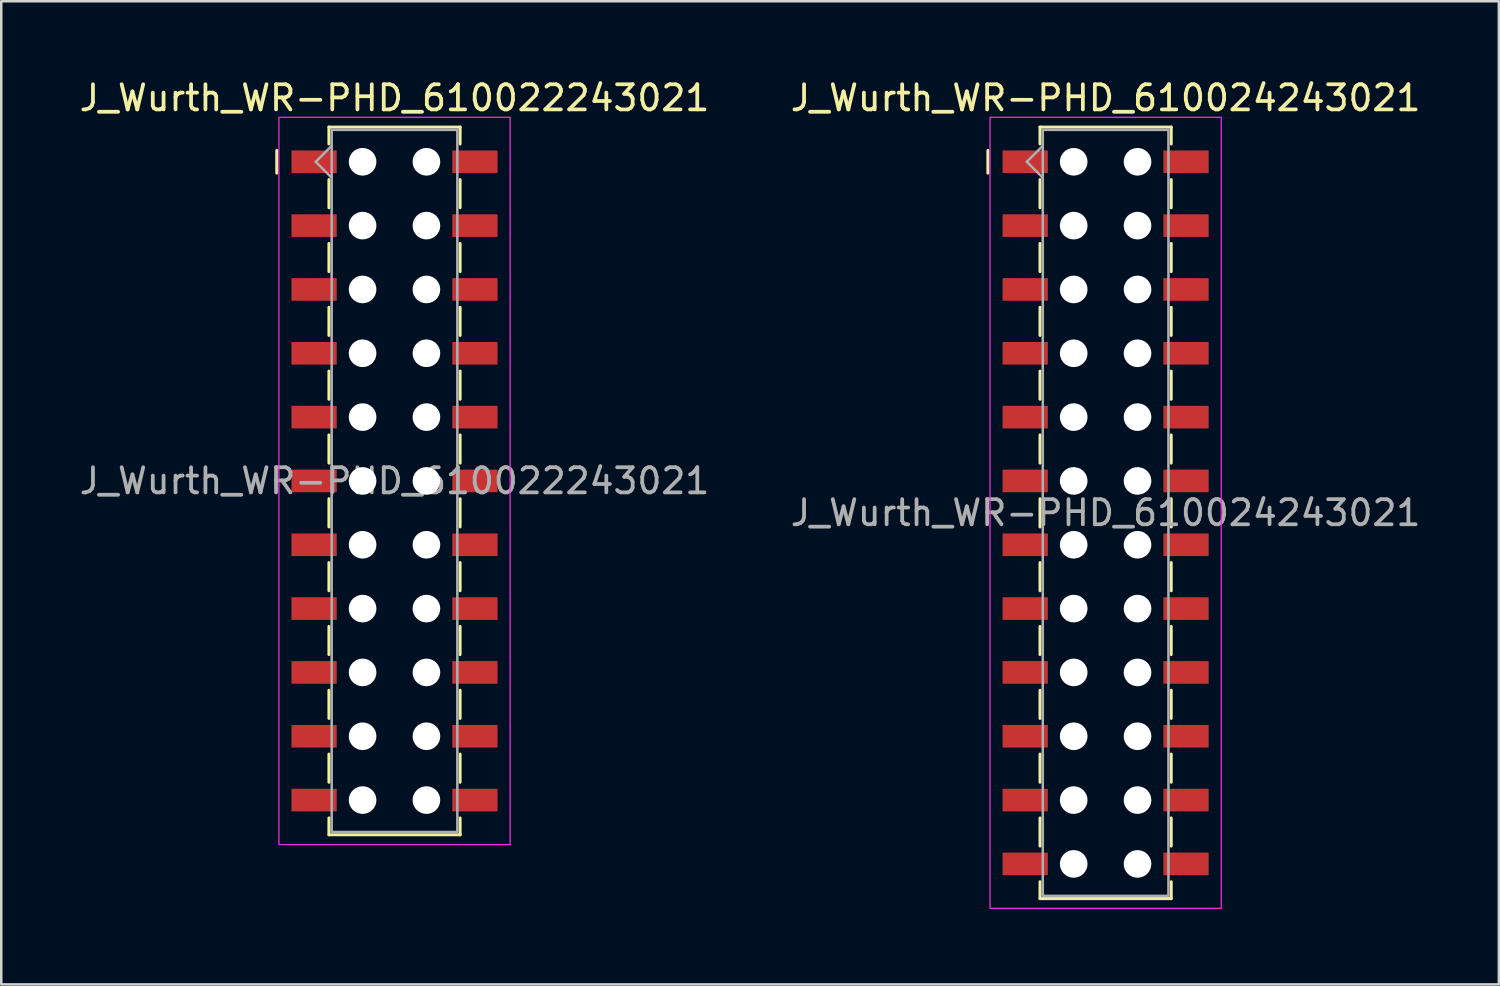
<source format=kicad_pcb>
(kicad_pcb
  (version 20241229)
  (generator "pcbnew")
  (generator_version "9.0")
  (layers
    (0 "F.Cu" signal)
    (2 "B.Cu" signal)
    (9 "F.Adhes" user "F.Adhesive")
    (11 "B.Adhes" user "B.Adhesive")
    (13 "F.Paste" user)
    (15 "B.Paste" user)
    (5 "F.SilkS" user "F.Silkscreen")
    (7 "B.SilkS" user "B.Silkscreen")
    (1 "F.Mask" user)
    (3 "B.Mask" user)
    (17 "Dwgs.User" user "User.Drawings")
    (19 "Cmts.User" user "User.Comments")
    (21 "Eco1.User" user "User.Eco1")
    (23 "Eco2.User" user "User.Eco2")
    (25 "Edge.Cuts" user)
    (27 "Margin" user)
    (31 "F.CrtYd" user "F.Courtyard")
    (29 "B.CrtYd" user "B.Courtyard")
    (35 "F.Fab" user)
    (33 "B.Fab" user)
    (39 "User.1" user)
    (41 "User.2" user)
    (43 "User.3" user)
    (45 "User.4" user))
  (footprint "J_Wurth_WR-PHD_610022243021"
    (layer "F.Cu")
    (at 12.649 16.088)
    (property "Reference" "J_Wurth_WR-PHD_610022243021" (at 0 -15.24 0) (unlocked yes) (layer "F.SilkS") (effects (font (size 1 1) (thickness 0.15))))
    (attr smd)
    (fp_line (start -4.685 -13.15) (end -4.685 -12.25) (stroke (width 0.12) (type solid)) (layer "F.SilkS"))
    (fp_line (start -2.61 -14.08) (end -2.61 -13.41) (stroke (width 0.12) (type solid)) (layer "F.SilkS"))
    (fp_line (start -2.61 -11.99) (end -2.61 -10.87) (stroke (width 0.12) (type solid)) (layer "F.SilkS"))
    (fp_line (start -2.61 -9.45) (end -2.61 -8.33) (stroke (width 0.12) (type solid)) (layer "F.SilkS"))
    (fp_line (start -2.61 -6.91) (end -2.61 -5.79) (stroke (width 0.12) (type solid)) (layer "F.SilkS"))
    (fp_line (start -2.61 -4.37) (end -2.61 -3.25) (stroke (width 0.12) (type solid)) (layer "F.SilkS"))
    (fp_line (start -2.61 -1.83) (end -2.61 -0.71) (stroke (width 0.12) (type solid)) (layer "F.SilkS"))
    (fp_line (start -2.61 0.71) (end -2.61 1.83) (stroke (width 0.12) (type solid)) (layer "F.SilkS"))
    (fp_line (start -2.61 3.25) (end -2.61 4.37) (stroke (width 0.12) (type solid)) (layer "F.SilkS"))
    (fp_line (start -2.61 5.79) (end -2.61 6.91) (stroke (width 0.12) (type solid)) (layer "F.SilkS"))
    (fp_line (start -2.61 8.33) (end -2.61 9.45) (stroke (width 0.12) (type solid)) (layer "F.SilkS"))
    (fp_line (start -2.61 10.87) (end -2.61 11.99) (stroke (width 0.12) (type solid)) (layer "F.SilkS"))
    (fp_line (start -2.61 13.41) (end -2.61 14.08) (stroke (width 0.12) (type solid)) (layer "F.SilkS"))
    (fp_line (start 2.61 -14.08) (end -2.61 -14.08) (stroke (width 0.12) (type solid)) (layer "F.SilkS"))
    (fp_line (start 2.61 -14.08) (end 2.61 -13.41) (stroke (width 0.12) (type solid)) (layer "F.SilkS"))
    (fp_line (start 2.61 -11.99) (end 2.61 -10.87) (stroke (width 0.12) (type solid)) (layer "F.SilkS"))
    (fp_line (start 2.61 -9.45) (end 2.61 -8.33) (stroke (width 0.12) (type solid)) (layer "F.SilkS"))
    (fp_line (start 2.61 -6.91) (end 2.61 -5.79) (stroke (width 0.12) (type solid)) (layer "F.SilkS"))
    (fp_line (start 2.61 -4.37) (end 2.61 -3.25) (stroke (width 0.12) (type solid)) (layer "F.SilkS"))
    (fp_line (start 2.61 -1.83) (end 2.61 -0.71) (stroke (width 0.12) (type solid)) (layer "F.SilkS"))
    (fp_line (start 2.61 0.71) (end 2.61 1.83) (stroke (width 0.12) (type solid)) (layer "F.SilkS"))
    (fp_line (start 2.61 3.25) (end 2.61 4.37) (stroke (width 0.12) (type solid)) (layer "F.SilkS"))
    (fp_line (start 2.61 5.79) (end 2.61 6.91) (stroke (width 0.12) (type solid)) (layer "F.SilkS"))
    (fp_line (start 2.61 8.33) (end 2.61 9.45) (stroke (width 0.12) (type solid)) (layer "F.SilkS"))
    (fp_line (start 2.61 10.87) (end 2.61 11.99) (stroke (width 0.12) (type solid)) (layer "F.SilkS"))
    (fp_line (start 2.61 13.41) (end 2.61 14.08) (stroke (width 0.12) (type solid)) (layer "F.SilkS"))
    (fp_line (start 2.61 14.08) (end -2.61 14.08) (stroke (width 0.12) (type solid)) (layer "F.SilkS"))
    (fp_rect (start -4.6 -14.47) (end 4.6 14.47) (stroke (width 0.05) (type solid)) (fill no) (layer "F.CrtYd"))
    (fp_line (start -3.135 -12.7) (end -2.5 -13.335) (stroke (width 0.1) (type default)) (layer "F.Fab"))
    (fp_line (start -2.5 -12.065) (end -3.135 -12.7) (stroke (width 0.1) (type default)) (layer "F.Fab"))
    (fp_rect (start -2.5 -13.97) (end 2.5 13.97) (stroke (width 0.1) (type solid)) (fill no) (layer "F.Fab"))
    (fp_text user "${REFERENCE}" (at 0 0 0) (unlocked yes) (layer "F.Fab") (effects (font (size 1 1) (thickness 0.15))))
    (pad "" np_thru_hole circle (at -1.27 -12.7 270) (size 1.1 1.1) (drill 1.1) (layers "*.Cu" "*.Mask"))
    (pad "" np_thru_hole circle (at -1.27 -10.16 270) (size 1.1 1.1) (drill 1.1) (layers "*.Cu" "*.Mask"))
    (pad "" np_thru_hole circle (at -1.27 -7.62 270) (size 1.1 1.1) (drill 1.1) (layers "*.Cu" "*.Mask"))
    (pad "" np_thru_hole circle (at -1.27 -5.08 270) (size 1.1 1.1) (drill 1.1) (layers "*.Cu" "*.Mask"))
    (pad "" np_thru_hole circle (at -1.27 -2.54 270) (size 1.1 1.1) (drill 1.1) (layers "*.Cu" "*.Mask"))
    (pad "" np_thru_hole circle (at -1.27 0 270) (size 1.1 1.1) (drill 1.1) (layers "*.Cu" "*.Mask"))
    (pad "" np_thru_hole circle (at -1.27 2.54 270) (size 1.1 1.1) (drill 1.1) (layers "*.Cu" "*.Mask"))
    (pad "" np_thru_hole circle (at -1.27 5.08 270) (size 1.1 1.1) (drill 1.1) (layers "*.Cu" "*.Mask"))
    (pad "" np_thru_hole circle (at -1.27 7.62 270) (size 1.1 1.1) (drill 1.1) (layers "*.Cu" "*.Mask"))
    (pad "" np_thru_hole circle (at -1.27 10.16 270) (size 1.1 1.1) (drill 1.1) (layers "*.Cu" "*.Mask"))
    (pad "" np_thru_hole circle (at -1.27 12.7 270) (size 1.1 1.1) (drill 1.1) (layers "*.Cu" "*.Mask"))
    (pad "" np_thru_hole circle (at 1.27 -12.7 270) (size 1.1 1.1) (drill 1.1) (layers "*.Cu" "*.Mask"))
    (pad "" np_thru_hole circle (at 1.27 -10.16 270) (size 1.1 1.1) (drill 1.1) (layers "*.Cu" "*.Mask"))
    (pad "" np_thru_hole circle (at 1.27 -7.62 270) (size 1.1 1.1) (drill 1.1) (layers "*.Cu" "*.Mask"))
    (pad "" np_thru_hole circle (at 1.27 -5.08 270) (size 1.1 1.1) (drill 1.1) (layers "*.Cu" "*.Mask"))
    (pad "" np_thru_hole circle (at 1.27 -2.54 270) (size 1.1 1.1) (drill 1.1) (layers "*.Cu" "*.Mask"))
    (pad "" np_thru_hole circle (at 1.27 0 270) (size 1.1 1.1) (drill 1.1) (layers "*.Cu" "*.Mask"))
    (pad "" np_thru_hole circle (at 1.27 2.54 270) (size 1.1 1.1) (drill 1.1) (layers "*.Cu" "*.Mask"))
    (pad "" np_thru_hole circle (at 1.27 5.08 270) (size 1.1 1.1) (drill 1.1) (layers "*.Cu" "*.Mask"))
    (pad "" np_thru_hole circle (at 1.27 7.62 270) (size 1.1 1.1) (drill 1.1) (layers "*.Cu" "*.Mask"))
    (pad "" np_thru_hole circle (at 1.27 10.16 270) (size 1.1 1.1) (drill 1.1) (layers "*.Cu" "*.Mask"))
    (pad "" np_thru_hole circle (at 1.27 12.7 270) (size 1.1 1.1) (drill 1.1) (layers "*.Cu" "*.Mask"))
    (pad "1" smd rect (at -3.2 -12.7 270) (size 0.9 1.8) (layers "F.Cu" "F.Mask" "F.Paste"))
    (pad "2" smd rect (at 3.2 -12.7 270) (size 0.9 1.8) (layers "F.Cu" "F.Mask" "F.Paste"))
    (pad "3" smd rect (at -3.2 -10.16 270) (size 0.9 1.8) (layers "F.Cu" "F.Mask" "F.Paste"))
    (pad "4" smd rect (at 3.2 -10.16 270) (size 0.9 1.8) (layers "F.Cu" "F.Mask" "F.Paste"))
    (pad "5" smd rect (at -3.2 -7.62 270) (size 0.9 1.8) (layers "F.Cu" "F.Mask" "F.Paste"))
    (pad "6" smd rect (at 3.2 -7.62 270) (size 0.9 1.8) (layers "F.Cu" "F.Mask" "F.Paste"))
    (pad "7" smd rect (at -3.2 -5.08 270) (size 0.9 1.8) (layers "F.Cu" "F.Mask" "F.Paste"))
    (pad "8" smd rect (at 3.2 -5.08 270) (size 0.9 1.8) (layers "F.Cu" "F.Mask" "F.Paste"))
    (pad "9" smd rect (at -3.2 -2.54 270) (size 0.9 1.8) (layers "F.Cu" "F.Mask" "F.Paste"))
    (pad "10" smd rect (at 3.2 -2.54 270) (size 0.9 1.8) (layers "F.Cu" "F.Mask" "F.Paste"))
    (pad "11" smd rect (at -3.2 0 270) (size 0.9 1.8) (layers "F.Cu" "F.Mask" "F.Paste"))
    (pad "12" smd rect (at 3.2 0 270) (size 0.9 1.8) (layers "F.Cu" "F.Mask" "F.Paste"))
    (pad "13" smd rect (at -3.2 2.54 270) (size 0.9 1.8) (layers "F.Cu" "F.Mask" "F.Paste"))
    (pad "14" smd rect (at 3.2 2.54 270) (size 0.9 1.8) (layers "F.Cu" "F.Mask" "F.Paste"))
    (pad "15" smd rect (at -3.2 5.08 270) (size 0.9 1.8) (layers "F.Cu" "F.Mask" "F.Paste"))
    (pad "16" smd rect (at 3.2 5.08 270) (size 0.9 1.8) (layers "F.Cu" "F.Mask" "F.Paste"))
    (pad "17" smd rect (at -3.2 7.62 270) (size 0.9 1.8) (layers "F.Cu" "F.Mask" "F.Paste"))
    (pad "18" smd rect (at 3.2 7.62 270) (size 0.9 1.8) (layers "F.Cu" "F.Mask" "F.Paste"))
    (pad "19" smd rect (at -3.2 10.16 270) (size 0.9 1.8) (layers "F.Cu" "F.Mask" "F.Paste"))
    (pad "20" smd rect (at 3.2 10.16 270) (size 0.9 1.8) (layers "F.Cu" "F.Mask" "F.Paste"))
    (pad "21" smd rect (at -3.2 12.7 270) (size 0.9 1.8) (layers "F.Cu" "F.Mask" "F.Paste"))
    (pad "22" smd rect (at 3.2 12.7 270) (size 0.9 1.8) (layers "F.Cu" "F.Mask" "F.Paste")))
  (footprint "J_Wurth_WR-PHD_610024243021"
    (layer "F.Cu")
    (at 40.946 17.358)
    (property "Reference" "J_Wurth_WR-PHD_610024243021" (at 0 -16.51 0) (unlocked yes) (layer "F.SilkS") (effects (font (size 1 1) (thickness 0.15))))
    (attr smd)
    (fp_line (start -4.685 -14.42) (end -4.685 -13.52) (stroke (width 0.12) (type solid)) (layer "F.SilkS"))
    (fp_line (start -2.61 -15.35) (end -2.61 -14.68) (stroke (width 0.12) (type solid)) (layer "F.SilkS"))
    (fp_line (start -2.61 -13.26) (end -2.61 -12.14) (stroke (width 0.12) (type solid)) (layer "F.SilkS"))
    (fp_line (start -2.61 -10.72) (end -2.61 -9.6) (stroke (width 0.12) (type solid)) (layer "F.SilkS"))
    (fp_line (start -2.61 -8.18) (end -2.61 -7.06) (stroke (width 0.12) (type solid)) (layer "F.SilkS"))
    (fp_line (start -2.61 -5.64) (end -2.61 -4.52) (stroke (width 0.12) (type solid)) (layer "F.SilkS"))
    (fp_line (start -2.61 -3.1) (end -2.61 -1.98) (stroke (width 0.12) (type solid)) (layer "F.SilkS"))
    (fp_line (start -2.61 -0.56) (end -2.61 0.56) (stroke (width 0.12) (type solid)) (layer "F.SilkS"))
    (fp_line (start -2.61 1.98) (end -2.61 3.1) (stroke (width 0.12) (type solid)) (layer "F.SilkS"))
    (fp_line (start -2.61 4.52) (end -2.61 5.64) (stroke (width 0.12) (type solid)) (layer "F.SilkS"))
    (fp_line (start -2.61 7.06) (end -2.61 8.18) (stroke (width 0.12) (type solid)) (layer "F.SilkS"))
    (fp_line (start -2.61 9.6) (end -2.61 10.72) (stroke (width 0.12) (type solid)) (layer "F.SilkS"))
    (fp_line (start -2.61 12.14) (end -2.61 13.26) (stroke (width 0.12) (type solid)) (layer "F.SilkS"))
    (fp_line (start -2.61 14.68) (end -2.61 15.35) (stroke (width 0.12) (type solid)) (layer "F.SilkS"))
    (fp_line (start 2.61 -15.35) (end -2.61 -15.35) (stroke (width 0.12) (type solid)) (layer "F.SilkS"))
    (fp_line (start 2.61 -15.35) (end 2.61 -14.68) (stroke (width 0.12) (type solid)) (layer "F.SilkS"))
    (fp_line (start 2.61 -13.26) (end 2.61 -12.14) (stroke (width 0.12) (type solid)) (layer "F.SilkS"))
    (fp_line (start 2.61 -10.72) (end 2.61 -9.6) (stroke (width 0.12) (type solid)) (layer "F.SilkS"))
    (fp_line (start 2.61 -8.18) (end 2.61 -7.06) (stroke (width 0.12) (type solid)) (layer "F.SilkS"))
    (fp_line (start 2.61 -5.64) (end 2.61 -4.52) (stroke (width 0.12) (type solid)) (layer "F.SilkS"))
    (fp_line (start 2.61 -3.1) (end 2.61 -1.98) (stroke (width 0.12) (type solid)) (layer "F.SilkS"))
    (fp_line (start 2.61 -0.56) (end 2.61 0.56) (stroke (width 0.12) (type solid)) (layer "F.SilkS"))
    (fp_line (start 2.61 1.98) (end 2.61 3.1) (stroke (width 0.12) (type solid)) (layer "F.SilkS"))
    (fp_line (start 2.61 4.52) (end 2.61 5.64) (stroke (width 0.12) (type solid)) (layer "F.SilkS"))
    (fp_line (start 2.61 7.06) (end 2.61 8.18) (stroke (width 0.12) (type solid)) (layer "F.SilkS"))
    (fp_line (start 2.61 9.6) (end 2.61 10.72) (stroke (width 0.12) (type solid)) (layer "F.SilkS"))
    (fp_line (start 2.61 12.14) (end 2.61 13.26) (stroke (width 0.12) (type solid)) (layer "F.SilkS"))
    (fp_line (start 2.61 14.68) (end 2.61 15.35) (stroke (width 0.12) (type solid)) (layer "F.SilkS"))
    (fp_line (start 2.61 15.35) (end -2.61 15.35) (stroke (width 0.12) (type solid)) (layer "F.SilkS"))
    (fp_rect (start -4.6 -15.74) (end 4.6 15.74) (stroke (width 0.05) (type solid)) (fill no) (layer "F.CrtYd"))
    (fp_line (start -3.135 -13.97) (end -2.5 -14.605) (stroke (width 0.1) (type default)) (layer "F.Fab"))
    (fp_line (start -2.5 -13.335) (end -3.135 -13.97) (stroke (width 0.1) (type default)) (layer "F.Fab"))
    (fp_rect (start -2.5 -15.24) (end 2.5 15.24) (stroke (width 0.1) (type solid)) (fill no) (layer "F.Fab"))
    (fp_text user "${REFERENCE}" (at 0 0 0) (unlocked yes) (layer "F.Fab") (effects (font (size 1 1) (thickness 0.15))))
    (pad "" np_thru_hole circle (at -1.27 -13.97 270) (size 1.1 1.1) (drill 1.1) (layers "*.Cu" "*.Mask"))
    (pad "" np_thru_hole circle (at -1.27 -11.43 270) (size 1.1 1.1) (drill 1.1) (layers "*.Cu" "*.Mask"))
    (pad "" np_thru_hole circle (at -1.27 -8.89 270) (size 1.1 1.1) (drill 1.1) (layers "*.Cu" "*.Mask"))
    (pad "" np_thru_hole circle (at -1.27 -6.35 270) (size 1.1 1.1) (drill 1.1) (layers "*.Cu" "*.Mask"))
    (pad "" np_thru_hole circle (at -1.27 -3.81 270) (size 1.1 1.1) (drill 1.1) (layers "*.Cu" "*.Mask"))
    (pad "" np_thru_hole circle (at -1.27 -1.27 270) (size 1.1 1.1) (drill 1.1) (layers "*.Cu" "*.Mask"))
    (pad "" np_thru_hole circle (at -1.27 1.27 270) (size 1.1 1.1) (drill 1.1) (layers "*.Cu" "*.Mask"))
    (pad "" np_thru_hole circle (at -1.27 3.81 270) (size 1.1 1.1) (drill 1.1) (layers "*.Cu" "*.Mask"))
    (pad "" np_thru_hole circle (at -1.27 6.35 270) (size 1.1 1.1) (drill 1.1) (layers "*.Cu" "*.Mask"))
    (pad "" np_thru_hole circle (at -1.27 8.89 270) (size 1.1 1.1) (drill 1.1) (layers "*.Cu" "*.Mask"))
    (pad "" np_thru_hole circle (at -1.27 11.43 270) (size 1.1 1.1) (drill 1.1) (layers "*.Cu" "*.Mask"))
    (pad "" np_thru_hole circle (at -1.27 13.97 270) (size 1.1 1.1) (drill 1.1) (layers "*.Cu" "*.Mask"))
    (pad "" np_thru_hole circle (at 1.27 -13.97 270) (size 1.1 1.1) (drill 1.1) (layers "*.Cu" "*.Mask"))
    (pad "" np_thru_hole circle (at 1.27 -11.43 270) (size 1.1 1.1) (drill 1.1) (layers "*.Cu" "*.Mask"))
    (pad "" np_thru_hole circle (at 1.27 -8.89 270) (size 1.1 1.1) (drill 1.1) (layers "*.Cu" "*.Mask"))
    (pad "" np_thru_hole circle (at 1.27 -6.35 270) (size 1.1 1.1) (drill 1.1) (layers "*.Cu" "*.Mask"))
    (pad "" np_thru_hole circle (at 1.27 -3.81 270) (size 1.1 1.1) (drill 1.1) (layers "*.Cu" "*.Mask"))
    (pad "" np_thru_hole circle (at 1.27 -1.27 270) (size 1.1 1.1) (drill 1.1) (layers "*.Cu" "*.Mask"))
    (pad "" np_thru_hole circle (at 1.27 1.27 270) (size 1.1 1.1) (drill 1.1) (layers "*.Cu" "*.Mask"))
    (pad "" np_thru_hole circle (at 1.27 3.81 270) (size 1.1 1.1) (drill 1.1) (layers "*.Cu" "*.Mask"))
    (pad "" np_thru_hole circle (at 1.27 6.35 270) (size 1.1 1.1) (drill 1.1) (layers "*.Cu" "*.Mask"))
    (pad "" np_thru_hole circle (at 1.27 8.89 270) (size 1.1 1.1) (drill 1.1) (layers "*.Cu" "*.Mask"))
    (pad "" np_thru_hole circle (at 1.27 11.43 270) (size 1.1 1.1) (drill 1.1) (layers "*.Cu" "*.Mask"))
    (pad "" np_thru_hole circle (at 1.27 13.97 270) (size 1.1 1.1) (drill 1.1) (layers "*.Cu" "*.Mask"))
    (pad "1" smd rect (at -3.2 -13.97 270) (size 0.9 1.8) (layers "F.Cu" "F.Mask" "F.Paste"))
    (pad "2" smd rect (at 3.2 -13.97 270) (size 0.9 1.8) (layers "F.Cu" "F.Mask" "F.Paste"))
    (pad "3" smd rect (at -3.2 -11.43 270) (size 0.9 1.8) (layers "F.Cu" "F.Mask" "F.Paste"))
    (pad "4" smd rect (at 3.2 -11.43 270) (size 0.9 1.8) (layers "F.Cu" "F.Mask" "F.Paste"))
    (pad "5" smd rect (at -3.2 -8.89 270) (size 0.9 1.8) (layers "F.Cu" "F.Mask" "F.Paste"))
    (pad "6" smd rect (at 3.2 -8.89 270) (size 0.9 1.8) (layers "F.Cu" "F.Mask" "F.Paste"))
    (pad "7" smd rect (at -3.2 -6.35 270) (size 0.9 1.8) (layers "F.Cu" "F.Mask" "F.Paste"))
    (pad "8" smd rect (at 3.2 -6.35 270) (size 0.9 1.8) (layers "F.Cu" "F.Mask" "F.Paste"))
    (pad "9" smd rect (at -3.2 -3.81 270) (size 0.9 1.8) (layers "F.Cu" "F.Mask" "F.Paste"))
    (pad "10" smd rect (at 3.2 -3.81 270) (size 0.9 1.8) (layers "F.Cu" "F.Mask" "F.Paste"))
    (pad "11" smd rect (at -3.2 -1.27 270) (size 0.9 1.8) (layers "F.Cu" "F.Mask" "F.Paste"))
    (pad "12" smd rect (at 3.2 -1.27 270) (size 0.9 1.8) (layers "F.Cu" "F.Mask" "F.Paste"))
    (pad "13" smd rect (at -3.2 1.27 270) (size 0.9 1.8) (layers "F.Cu" "F.Mask" "F.Paste"))
    (pad "14" smd rect (at 3.2 1.27 270) (size 0.9 1.8) (layers "F.Cu" "F.Mask" "F.Paste"))
    (pad "15" smd rect (at -3.2 3.81 270) (size 0.9 1.8) (layers "F.Cu" "F.Mask" "F.Paste"))
    (pad "16" smd rect (at 3.2 3.81 270) (size 0.9 1.8) (layers "F.Cu" "F.Mask" "F.Paste"))
    (pad "17" smd rect (at -3.2 6.35 270) (size 0.9 1.8) (layers "F.Cu" "F.Mask" "F.Paste"))
    (pad "18" smd rect (at 3.2 6.35 270) (size 0.9 1.8) (layers "F.Cu" "F.Mask" "F.Paste"))
    (pad "19" smd rect (at -3.2 8.89 270) (size 0.9 1.8) (layers "F.Cu" "F.Mask" "F.Paste"))
    (pad "20" smd rect (at 3.2 8.89 270) (size 0.9 1.8) (layers "F.Cu" "F.Mask" "F.Paste"))
    (pad "21" smd rect (at -3.2 11.43 270) (size 0.9 1.8) (layers "F.Cu" "F.Mask" "F.Paste"))
    (pad "22" smd rect (at 3.2 11.43 270) (size 0.9 1.8) (layers "F.Cu" "F.Mask" "F.Paste"))
    (pad "23" smd rect (at -3.2 13.97 270) (size 0.9 1.8) (layers "F.Cu" "F.Mask" "F.Paste"))
    (pad "24" smd rect (at 3.2 13.97 270) (size 0.9 1.8) (layers "F.Cu" "F.Mask" "F.Paste")))
  (gr_rect
    (start -3 -3)
    (end 56.595 36.123)
    (stroke (width 0.1) (type default))
    (fill no)
    (layer "Edge.Cuts")))
</source>
